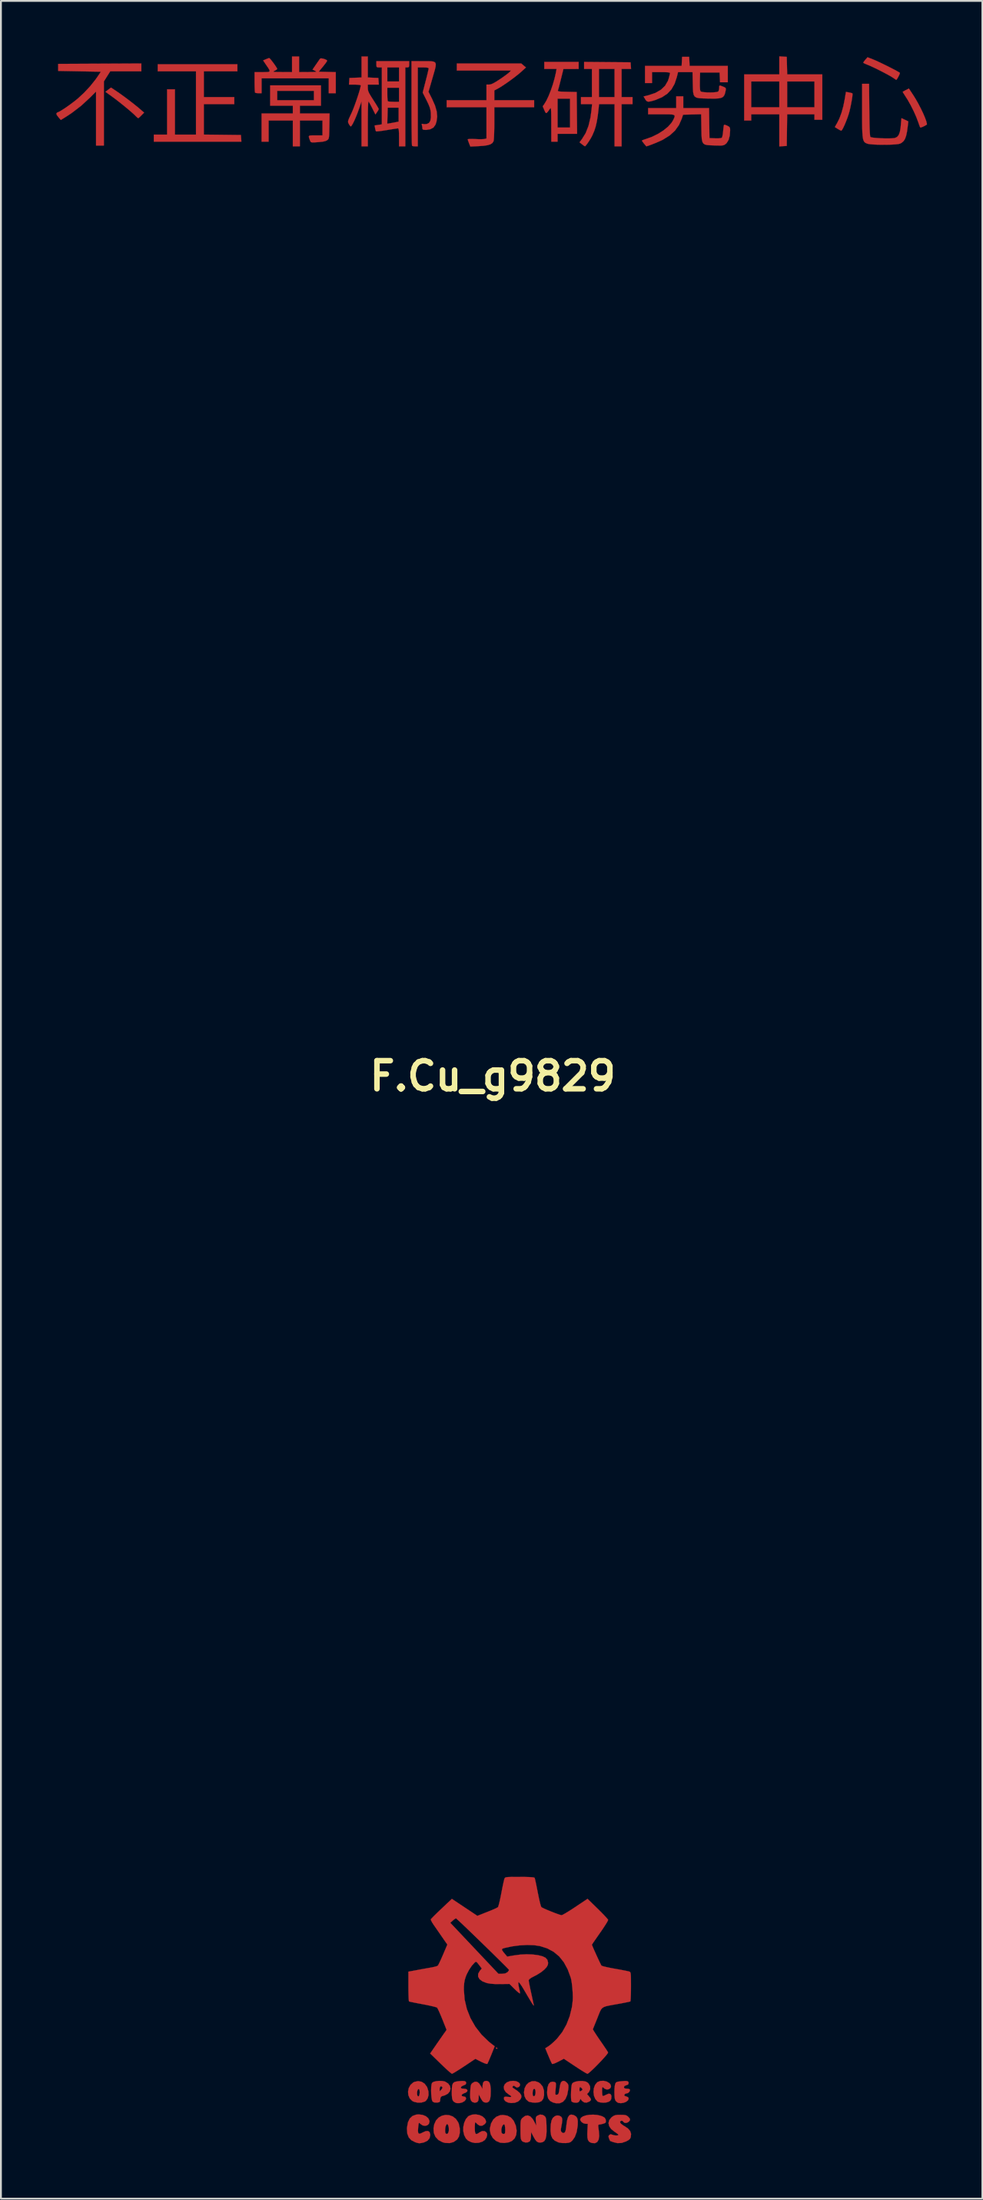
<source format=kicad_pcb>
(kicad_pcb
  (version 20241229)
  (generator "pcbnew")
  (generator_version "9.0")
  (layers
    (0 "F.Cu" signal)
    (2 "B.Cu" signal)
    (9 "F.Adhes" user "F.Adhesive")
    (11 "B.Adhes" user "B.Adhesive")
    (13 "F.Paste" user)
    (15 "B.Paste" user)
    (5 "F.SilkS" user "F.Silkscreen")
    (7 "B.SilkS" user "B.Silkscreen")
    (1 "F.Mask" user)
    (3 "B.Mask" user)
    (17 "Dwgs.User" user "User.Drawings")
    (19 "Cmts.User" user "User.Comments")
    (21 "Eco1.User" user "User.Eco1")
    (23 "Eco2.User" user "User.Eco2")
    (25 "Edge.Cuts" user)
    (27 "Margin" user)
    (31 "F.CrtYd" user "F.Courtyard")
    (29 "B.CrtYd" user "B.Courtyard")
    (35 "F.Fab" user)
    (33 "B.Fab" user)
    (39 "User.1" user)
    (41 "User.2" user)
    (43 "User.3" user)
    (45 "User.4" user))
  (footprint "F.Cu_g9829"
    (layer "F.Cu")
    (at 23.662 55.255)
    (property "Reference" "F.Cu_g9829" (at 0 0 0) (layer "F.SilkS") (effects (font (size 1.524 1.524) (thickness 0.3))))
    (attr through_hole)
    (fp_poly (pts (xy 0.212 52.642) (xy 0.252 52.68) (xy 0.254 52.686) (xy 0.221 52.705) (xy 0.212 52.705) (xy 0.171 52.672) (xy 0.169 52.66) (xy 0.195 52.635) (xy 0.212 52.642)) (stroke (width 0.01) (type solid)) (fill yes) (layer "F.Cu"))
    (fp_poly (pts (xy -13.843 -54.441) (xy -15.663 -54.441) (xy -15.663 -53.044) (xy -14.012 -53.044) (xy -14.012 -52.663) (xy -15.663 -52.663) (xy -15.663 -51.013) (xy -14.658 -51.002) (xy -13.652 -50.99) (xy -13.639 -50.811) (xy -13.626 -50.631) (xy -18.373 -50.631) (xy -18.373 -51.012) (xy -17.653 -51.012) (xy -17.653 -53.467) (xy -17.23 -53.467) (xy -17.23 -51.012) (xy -16.087 -51.012) (xy -16.087 -54.441) (xy -18.161 -54.441) (xy -18.161 -54.822) (xy -13.843 -54.822) (xy -13.843 -54.441)) (stroke (width 0.01) (type solid)) (fill yes) (layer "F.Cu"))
    (fp_poly (pts (xy -20.391 -53.359) (xy -20.185 -53.216) (xy -19.939 -53.038) (xy -19.678 -52.841) (xy -19.425 -52.644) (xy -19.204 -52.465) (xy -19.092 -52.369) (xy -18.902 -52.203) (xy -19.048 -52.052) (xy -19.137 -51.965) (xy -19.202 -51.91) (xy -19.22 -51.901) (xy -19.262 -51.929) (xy -19.338 -51.999) (xy -19.37 -52.032) (xy -19.475 -52.133) (xy -19.632 -52.272) (xy -19.826 -52.436) (xy -20.041 -52.612) (xy -20.263 -52.789) (xy -20.475 -52.953) (xy -20.663 -53.092) (xy -20.669 -53.096) (xy -20.997 -53.33) (xy -20.846 -53.445) (xy -20.695 -53.56) (xy -20.391 -53.359)) (stroke (width 0.01) (type solid)) (fill yes) (layer "F.Cu"))
    (fp_poly (pts (xy 15.938 -55.224) (xy 15.962 -54.271) (xy 17.865 -54.271) (xy 17.865 -51.816) (xy 17.441 -51.816) (xy 17.441 -52.112) (xy 15.961 -52.112) (xy 15.938 -50.398) (xy 15.737 -50.385) (xy 15.536 -50.372) (xy 15.536 -52.112) (xy 14.012 -52.112) (xy 14.012 -51.774) (xy 13.631 -51.774) (xy 13.631 -53.89) (xy 14.012 -53.89) (xy 14.012 -52.493) (xy 15.536 -52.493) (xy 15.536 -53.89) (xy 15.96 -53.89) (xy 15.96 -52.493) (xy 17.441 -52.493) (xy 17.441 -53.89) (xy 15.96 -53.89) (xy 15.536 -53.89) (xy 14.012 -53.89) (xy 13.631 -53.89) (xy 13.631 -54.271) (xy 15.536 -54.271) (xy 15.536 -55.25) (xy 15.938 -55.224)) (stroke (width 0.01) (type solid)) (fill yes) (layer "F.Cu"))
    (fp_poly (pts (xy 22.79 -53.16) (xy 22.932 -52.932) (xy 23.074 -52.681) (xy 23.208 -52.422) (xy 23.329 -52.17) (xy 23.428 -51.939) (xy 23.499 -51.746) (xy 23.534 -51.604) (xy 23.537 -51.568) (xy 23.503 -51.535) (xy 23.419 -51.487) (xy 23.316 -51.437) (xy 23.223 -51.402) (xy 23.18 -51.393) (xy 23.16 -51.43) (xy 23.122 -51.527) (xy 23.074 -51.665) (xy 23.069 -51.678) (xy 22.962 -51.963) (xy 22.82 -52.283) (xy 22.657 -52.607) (xy 22.49 -52.903) (xy 22.415 -53.02) (xy 22.328 -53.156) (xy 22.261 -53.261) (xy 22.227 -53.319) (xy 22.225 -53.324) (xy 22.259 -53.35) (xy 22.345 -53.399) (xy 22.392 -53.423) (xy 22.559 -53.509) (xy 22.79 -53.16)) (stroke (width 0.01) (type solid)) (fill yes) (layer "F.Cu"))
    (fp_poly (pts (xy 19.312 -53.296) (xy 19.422 -53.272) (xy 19.491 -53.25) (xy 19.498 -53.245) (xy 19.504 -53.191) (xy 19.493 -53.072) (xy 19.468 -52.902) (xy 19.431 -52.699) (xy 19.386 -52.479) (xy 19.341 -52.282) (xy 19.293 -52.115) (xy 19.229 -51.926) (xy 19.155 -51.731) (xy 19.078 -51.547) (xy 19.006 -51.391) (xy 18.944 -51.278) (xy 18.9 -51.226) (xy 18.894 -51.224) (xy 18.839 -51.245) (xy 18.744 -51.297) (xy 18.711 -51.317) (xy 18.616 -51.376) (xy 18.558 -51.412) (xy 18.551 -51.416) (xy 18.564 -51.453) (xy 18.612 -51.541) (xy 18.665 -51.631) (xy 18.791 -51.88) (xy 18.907 -52.193) (xy 19.006 -52.55) (xy 19.078 -52.91) (xy 19.147 -53.326) (xy 19.312 -53.296)) (stroke (width 0.01) (type solid)) (fill yes) (layer "F.Cu"))
    (fp_poly (pts (xy -19.05 -54.441) (xy -20.736 -54.441) (xy -21.082 -53.892) (xy -21.082 -50.419) (xy -21.505 -50.419) (xy -21.505 -53.347) (xy -21.823 -53.027) (xy -22.306 -52.581) (xy -22.82 -52.186) (xy -23.091 -52.006) (xy -23.415 -51.804) (xy -23.538 -51.948) (xy -23.63 -52.07) (xy -23.657 -52.15) (xy -23.621 -52.201) (xy -23.582 -52.218) (xy -23.48 -52.265) (xy -23.328 -52.356) (xy -23.142 -52.478) (xy -22.939 -52.621) (xy -22.733 -52.774) (xy -22.541 -52.926) (xy -22.487 -52.971) (xy -22.15 -53.283) (xy -21.822 -53.636) (xy -21.53 -54) (xy -21.414 -54.166) (xy -21.244 -54.419) (xy -22.401 -54.441) (xy -23.558 -54.462) (xy -23.558 -54.843) (xy -21.304 -54.854) (xy -19.05 -54.865) (xy -19.05 -54.441)) (stroke (width 0.01) (type solid)) (fill yes) (layer "F.Cu"))
    (fp_poly (pts (xy 20.647 -55.073) (xy 20.784 -55.015) (xy 20.962 -54.933) (xy 21.166 -54.835) (xy 21.38 -54.73) (xy 21.59 -54.624) (xy 21.78 -54.526) (xy 21.934 -54.442) (xy 22.037 -54.382) (xy 22.07 -54.358) (xy 22.065 -54.314) (xy 22.029 -54.228) (xy 21.977 -54.126) (xy 21.924 -54.035) (xy 21.882 -53.982) (xy 21.87 -53.978) (xy 21.835 -54.001) (xy 21.751 -54.058) (xy 21.675 -54.109) (xy 21.541 -54.19) (xy 21.351 -54.295) (xy 21.126 -54.413) (xy 20.888 -54.534) (xy 20.657 -54.646) (xy 20.456 -54.739) (xy 20.308 -54.8) (xy 20.189 -54.849) (xy 20.109 -54.888) (xy 20.09 -54.902) (xy 20.105 -54.947) (xy 20.164 -55.027) (xy 20.196 -55.065) (xy 20.319 -55.202) (xy 20.647 -55.073)) (stroke (width 0.01) (type solid)) (fill yes) (layer "F.Cu"))
    (fp_poly (pts (xy 2.482 54.524) (xy 2.578 54.592) (xy 2.711 54.758) (xy 2.779 54.974) (xy 2.783 55.216) (xy 2.741 55.406) (xy 2.652 55.533) (xy 2.507 55.603) (xy 2.298 55.624) (xy 2.294 55.624) (xy 2.137 55.612) (xy 1.997 55.583) (xy 1.937 55.56) (xy 1.803 55.44) (xy 1.719 55.264) (xy 1.699 55.108) (xy 2.16 55.108) (xy 2.168 55.212) (xy 2.188 55.26) (xy 2.246 55.28) (xy 2.293 55.226) (xy 2.32 55.108) (xy 2.321 55.099) (xy 2.317 54.975) (xy 2.289 54.893) (xy 2.245 54.868) (xy 2.2 54.907) (xy 2.172 54.993) (xy 2.16 55.108) (xy 1.699 55.108) (xy 1.693 55.067) (xy 1.727 54.845) (xy 1.817 54.666) (xy 1.951 54.538) (xy 2.115 54.466) (xy 2.297 54.459) (xy 2.482 54.524)) (stroke (width 0.01) (type solid)) (fill yes) (layer "F.Cu"))
    (fp_poly (pts (xy -3.856 54.491) (xy -3.69 54.598) (xy -3.564 54.772) (xy -3.553 54.793) (xy -3.488 55.005) (xy -3.48 55.208) (xy -3.526 55.386) (xy -3.622 55.521) (xy -3.685 55.564) (xy -3.867 55.618) (xy -4.074 55.622) (xy -4.27 55.577) (xy -4.365 55.529) (xy -4.5 55.392) (xy -4.574 55.218) (xy -4.583 55.124) (xy -4.106 55.124) (xy -4.09 55.228) (xy -4.088 55.231) (xy -4.048 55.286) (xy -4.005 55.27) (xy -3.972 55.195) (xy -3.958 55.076) (xy -3.958 55.072) (xy -3.967 54.948) (xy -3.996 54.892) (xy -4.022 54.885) (xy -4.066 54.922) (xy -4.096 55.012) (xy -4.106 55.124) (xy -4.583 55.124) (xy -4.591 55.025) (xy -4.553 54.834) (xy -4.46 54.663) (xy -4.317 54.534) (xy -4.249 54.499) (xy -4.047 54.456) (xy -3.856 54.491)) (stroke (width 0.01) (type solid)) (fill yes) (layer "F.Cu"))
    (fp_poly (pts (xy -2.354 56.303) (xy -2.163 56.374) (xy -1.997 56.504) (xy -1.872 56.691) (xy -1.84 56.773) (xy -1.786 57.019) (xy -1.784 57.255) (xy -1.832 57.461) (xy -1.926 57.616) (xy -2.112 57.751) (xy -2.334 57.815) (xy -2.579 57.805) (xy -2.724 57.766) (xy -2.946 57.647) (xy -3.104 57.478) (xy -3.193 57.265) (xy -3.2 57.17) (xy -2.582 57.17) (xy -2.567 57.267) (xy -2.553 57.293) (xy -2.484 57.322) (xy -2.424 57.279) (xy -2.386 57.173) (xy -2.379 57.12) (xy -2.382 56.983) (xy -2.407 56.867) (xy -2.416 56.848) (xy -2.457 56.783) (xy -2.491 56.79) (xy -2.524 56.833) (xy -2.558 56.919) (xy -2.578 57.043) (xy -2.582 57.17) (xy -3.2 57.17) (xy -3.211 57.016) (xy -3.172 56.8) (xy -3.076 56.587) (xy -2.932 56.431) (xy -2.753 56.331) (xy -2.555 56.288) (xy -2.354 56.303)) (stroke (width 0.01) (type solid)) (fill yes) (layer "F.Cu"))
    (fp_poly (pts (xy 5.657 56.289) (xy 5.855 56.334) (xy 5.969 56.379) (xy 6.075 56.448) (xy 6.122 56.536) (xy 6.13 56.586) (xy 6.131 56.676) (xy 6.095 56.725) (xy 6.001 56.761) (xy 5.982 56.766) (xy 5.865 56.795) (xy 5.779 56.81) (xy 5.768 56.811) (xy 5.737 56.817) (xy 5.721 56.845) (xy 5.72 56.911) (xy 5.734 57.031) (xy 5.755 57.181) (xy 5.771 57.435) (xy 5.739 57.629) (xy 5.662 57.758) (xy 5.542 57.82) (xy 5.382 57.81) (xy 5.305 57.785) (xy 5.219 57.732) (xy 5.163 57.647) (xy 5.133 57.516) (xy 5.126 57.325) (xy 5.132 57.164) (xy 5.153 56.769) (xy 5.032 56.769) (xy 4.915 56.74) (xy 4.811 56.668) (xy 4.748 56.577) (xy 4.741 56.539) (xy 4.78 56.446) (xy 4.886 56.371) (xy 5.043 56.316) (xy 5.234 56.282) (xy 5.444 56.273) (xy 5.657 56.289)) (stroke (width 0.01) (type solid)) (fill yes) (layer "F.Cu"))
    (fp_poly (pts (xy -0.253 54.463) (xy -0.179 54.534) (xy -0.133 54.665) (xy -0.111 54.865) (xy -0.108 55.005) (xy -0.116 55.261) (xy -0.147 55.442) (xy -0.203 55.556) (xy -0.29 55.611) (xy -0.394 55.618) (xy -0.481 55.597) (xy -0.549 55.543) (xy -0.621 55.435) (xy -0.645 55.393) (xy -0.76 55.181) (xy -0.761 55.353) (xy -0.78 55.507) (xy -0.842 55.594) (xy -0.956 55.625) (xy -0.981 55.626) (xy -1.105 55.588) (xy -1.168 55.52) (xy -1.203 55.448) (xy -1.221 55.351) (xy -1.226 55.209) (xy -1.22 55.027) (xy -1.208 54.839) (xy -1.193 54.715) (xy -1.168 54.637) (xy -1.129 54.584) (xy -1.104 54.562) (xy -0.972 54.489) (xy -0.851 54.495) (xy -0.737 54.582) (xy -0.624 54.753) (xy -0.621 54.758) (xy -0.554 54.885) (xy -0.552 54.714) (xy -0.53 54.556) (xy -0.466 54.467) (xy -0.358 54.441) (xy -0.253 54.463)) (stroke (width 0.01) (type solid)) (fill yes) (layer "F.Cu"))
    (fp_poly (pts (xy 6.182 54.482) (xy 6.326 54.569) (xy 6.393 54.655) (xy 6.413 54.758) (xy 6.37 54.842) (xy 6.284 54.897) (xy 6.178 54.91) (xy 6.071 54.87) (xy 6.039 54.843) (xy 5.977 54.791) (xy 5.951 54.779) (xy 5.935 54.817) (xy 5.928 54.909) (xy 5.928 55.029) (xy 5.935 55.147) (xy 5.948 55.234) (xy 5.961 55.261) (xy 6.017 55.255) (xy 6.11 55.213) (xy 6.134 55.199) (xy 6.273 55.139) (xy 6.372 55.149) (xy 6.426 55.227) (xy 6.434 55.301) (xy 6.419 55.436) (xy 6.364 55.522) (xy 6.279 55.577) (xy 6.152 55.614) (xy 5.989 55.625) (xy 5.826 55.61) (xy 5.7 55.571) (xy 5.682 55.56) (xy 5.562 55.428) (xy 5.488 55.249) (xy 5.461 55.046) (xy 5.481 54.842) (xy 5.548 54.659) (xy 5.662 54.522) (xy 5.678 54.51) (xy 5.831 54.447) (xy 6.008 54.439) (xy 6.182 54.482)) (stroke (width 0.01) (type solid)) (fill yes) (layer "F.Cu"))
    (fp_poly (pts (xy -2.735 54.449) (xy -2.594 54.479) (xy -2.581 54.484) (xy -2.415 54.587) (xy -2.319 54.721) (xy -2.29 54.869) (xy -2.328 55.013) (xy -2.431 55.138) (xy -2.598 55.227) (xy -2.642 55.24) (xy -2.759 55.274) (xy -2.816 55.317) (xy -2.839 55.393) (xy -2.844 55.446) (xy -2.858 55.548) (xy -2.895 55.595) (xy -2.981 55.614) (xy -3.03 55.618) (xy -3.173 55.611) (xy -3.258 55.564) (xy -3.263 55.558) (xy -3.297 55.475) (xy -3.321 55.331) (xy -3.336 55.151) (xy -3.341 54.959) (xy -3.338 54.873) (xy -2.879 54.873) (xy -2.879 55.01) (xy -2.789 54.92) (xy -2.734 54.843) (xy -2.728 54.784) (xy -2.788 54.733) (xy -2.844 54.754) (xy -2.876 54.836) (xy -2.879 54.873) (xy -3.338 54.873) (xy -3.335 54.779) (xy -3.318 54.634) (xy -3.289 54.55) (xy -3.207 54.496) (xy -3.069 54.46) (xy -2.902 54.443) (xy -2.735 54.449)) (stroke (width 0.01) (type solid)) (fill yes) (layer "F.Cu"))
    (fp_poly (pts (xy -1.528 54.455) (xy -1.462 54.489) (xy -1.44 54.554) (xy -1.439 54.565) (xy -1.47 54.637) (xy -1.572 54.684) (xy -1.577 54.686) (xy -1.675 54.73) (xy -1.727 54.788) (xy -1.728 54.793) (xy -1.72 54.84) (xy -1.661 54.86) (xy -1.574 54.864) (xy -1.44 54.886) (xy -1.375 54.942) (xy -1.382 55.012) (xy -1.462 55.08) (xy -1.549 55.112) (xy -1.644 55.158) (xy -1.687 55.216) (xy -1.672 55.266) (xy -1.593 55.287) (xy -1.485 55.311) (xy -1.447 55.383) (xy -1.457 55.447) (xy -1.526 55.537) (xy -1.649 55.608) (xy -1.799 55.648) (xy -1.947 55.648) (xy -2.012 55.629) (xy -2.106 55.577) (xy -2.168 55.503) (xy -2.203 55.39) (xy -2.218 55.222) (xy -2.22 55.058) (xy -2.214 54.831) (xy -2.195 54.673) (xy -2.153 54.571) (xy -2.08 54.51) (xy -1.965 54.477) (xy -1.843 54.46) (xy -1.65 54.446) (xy -1.528 54.455)) (stroke (width 0.01) (type solid)) (fill yes) (layer "F.Cu"))
    (fp_poly (pts (xy 1.267 54.461) (xy 1.389 54.516) (xy 1.465 54.59) (xy 1.484 54.673) (xy 1.438 54.752) (xy 1.393 54.781) (xy 1.31 54.805) (xy 1.233 54.762) (xy 1.223 54.754) (xy 1.153 54.706) (xy 1.101 54.722) (xy 1.089 54.734) (xy 1.063 54.786) (xy 1.111 54.833) (xy 1.116 54.837) (xy 1.333 54.982) (xy 1.474 55.108) (xy 1.546 55.223) (xy 1.552 55.333) (xy 1.505 55.438) (xy 1.379 55.558) (xy 1.202 55.629) (xy 0.995 55.645) (xy 0.835 55.619) (xy 0.699 55.556) (xy 0.618 55.464) (xy 0.605 55.361) (xy 0.61 55.345) (xy 0.646 55.307) (xy 0.726 55.299) (xy 0.825 55.311) (xy 0.956 55.321) (xy 1.009 55.301) (xy 0.981 55.254) (xy 0.878 55.185) (xy 0.709 55.055) (xy 0.617 54.911) (xy 0.597 54.767) (xy 0.645 54.635) (xy 0.757 54.528) (xy 0.93 54.459) (xy 1.11 54.441) (xy 1.267 54.461)) (stroke (width 0.01) (type solid)) (fill yes) (layer "F.Cu"))
    (fp_poly (pts (xy 3.929 54.47) (xy 4.015 54.54) (xy 4.02 54.545) (xy 4.075 54.613) (xy 4.1 54.685) (xy 4.102 54.79) (xy 4.092 54.909) (xy 4.036 55.205) (xy 3.94 55.428) (xy 3.805 55.578) (xy 3.632 55.654) (xy 3.421 55.654) (xy 3.264 55.613) (xy 3.106 55.527) (xy 3.005 55.396) (xy 2.955 55.207) (xy 2.947 55.062) (xy 2.967 54.807) (xy 3.024 54.626) (xy 3.117 54.518) (xy 3.247 54.486) (xy 3.346 54.505) (xy 3.392 54.524) (xy 3.417 54.559) (xy 3.426 54.628) (xy 3.42 54.751) (xy 3.41 54.872) (xy 3.396 55.039) (xy 3.393 55.138) (xy 3.405 55.186) (xy 3.435 55.199) (xy 3.477 55.195) (xy 3.527 55.18) (xy 3.562 55.139) (xy 3.587 55.055) (xy 3.611 54.91) (xy 3.62 54.851) (xy 3.654 54.656) (xy 3.696 54.532) (xy 3.755 54.465) (xy 3.838 54.442) (xy 3.856 54.441) (xy 3.929 54.47)) (stroke (width 0.01) (type solid)) (fill yes) (layer "F.Cu"))
    (fp_poly (pts (xy 0.791 56.327) (xy 0.985 56.431) (xy 1.135 56.605) (xy 1.244 56.852) (xy 1.254 56.885) (xy 1.296 57.141) (xy 1.273 57.37) (xy 1.185 57.56) (xy 1.038 57.7) (xy 1.035 57.701) (xy 0.854 57.775) (xy 0.636 57.808) (xy 0.421 57.795) (xy 0.386 57.787) (xy 0.172 57.693) (xy 0.003 57.537) (xy -0.111 57.337) (xy -0.156 57.11) (xy 0.466 57.11) (xy 0.475 57.237) (xy 0.511 57.3) (xy 0.586 57.319) (xy 0.6 57.319) (xy 0.646 57.306) (xy 0.669 57.255) (xy 0.676 57.144) (xy 0.677 57.097) (xy 0.67 56.959) (xy 0.653 56.852) (xy 0.64 56.818) (xy 0.596 56.797) (xy 0.545 56.841) (xy 0.5 56.929) (xy 0.471 57.042) (xy 0.466 57.11) (xy -0.156 57.11) (xy -0.156 57.109) (xy -0.153 57.01) (xy -0.091 56.75) (xy 0.026 56.54) (xy 0.191 56.389) (xy 0.396 56.305) (xy 0.55 56.29) (xy 0.791 56.327)) (stroke (width 0.01) (type solid)) (fill yes) (layer "F.Cu"))
    (fp_poly (pts (xy -3.8 56.287) (xy -3.625 56.359) (xy -3.497 56.467) (xy -3.434 56.6) (xy -3.429 56.648) (xy -3.463 56.772) (xy -3.551 56.851) (xy -3.671 56.88) (xy -3.803 56.855) (xy -3.926 56.771) (xy -3.931 56.766) (xy -3.974 56.724) (xy -4 56.721) (xy -4.018 56.77) (xy -4.033 56.884) (xy -4.042 56.962) (xy -4.054 57.15) (xy -4.04 57.263) (xy -3.993 57.309) (xy -3.907 57.294) (xy -3.81 57.245) (xy -3.636 57.167) (xy -3.506 57.159) (xy -3.423 57.221) (xy -3.388 57.351) (xy -3.387 57.386) (xy -3.426 57.552) (xy -3.537 57.684) (xy -3.712 57.771) (xy -3.743 57.78) (xy -3.888 57.813) (xy -3.99 57.822) (xy -4.088 57.804) (xy -4.206 57.766) (xy -4.412 57.659) (xy -4.553 57.506) (xy -4.632 57.302) (xy -4.651 57.041) (xy -4.646 56.962) (xy -4.597 56.688) (xy -4.498 56.482) (xy -4.349 56.344) (xy -4.149 56.272) (xy -4.008 56.261) (xy -3.8 56.287)) (stroke (width 0.01) (type solid)) (fill yes) (layer "F.Cu"))
    (fp_poly (pts (xy 7.28 54.454) (xy 7.342 54.484) (xy 7.365 54.542) (xy 7.366 54.571) (xy 7.335 54.642) (xy 7.239 54.68) (xy 7.139 54.722) (xy 7.112 54.785) (xy 7.131 54.84) (xy 7.203 54.862) (xy 7.258 54.864) (xy 7.363 54.875) (xy 7.426 54.902) (xy 7.429 54.905) (xy 7.434 54.981) (xy 7.384 55.06) (xy 7.303 55.112) (xy 7.263 55.118) (xy 7.186 55.14) (xy 7.137 55.189) (xy 7.133 55.24) (xy 7.166 55.264) (xy 7.287 55.305) (xy 7.347 55.343) (xy 7.365 55.395) (xy 7.366 55.412) (xy 7.328 55.501) (xy 7.229 55.577) (xy 7.093 55.63) (xy 6.945 55.652) (xy 6.807 55.635) (xy 6.787 55.627) (xy 6.694 55.56) (xy 6.642 55.491) (xy 6.615 55.395) (xy 6.6 55.242) (xy 6.595 55.058) (xy 6.6 54.872) (xy 6.616 54.71) (xy 6.641 54.604) (xy 6.671 54.544) (xy 6.72 54.507) (xy 6.809 54.483) (xy 6.959 54.465) (xy 6.98 54.462) (xy 7.164 54.448) (xy 7.28 54.454)) (stroke (width 0.01) (type solid)) (fill yes) (layer "F.Cu"))
    (fp_poly (pts (xy 7.472 -54.928) (xy 7.498 -54.568) (xy 6.985 -54.568) (xy 6.985 -53.044) (xy 7.578 -53.044) (xy 7.578 -52.663) (xy 6.985 -52.663) (xy 6.985 -50.377) (xy 6.604 -50.377) (xy 6.604 -52.663) (xy 5.763 -52.663) (xy 5.738 -52.419) (xy 5.693 -52.036) (xy 5.642 -51.72) (xy 5.581 -51.454) (xy 5.506 -51.219) (xy 5.412 -50.999) (xy 5.376 -50.925) (xy 5.303 -50.793) (xy 5.216 -50.654) (xy 5.129 -50.526) (xy 5.055 -50.429) (xy 5.006 -50.381) (xy 4.999 -50.379) (xy 4.953 -50.404) (xy 4.869 -50.465) (xy 4.839 -50.488) (xy 4.705 -50.595) (xy 4.839 -50.772) (xy 5.038 -51.094) (xy 5.191 -51.485) (xy 5.3 -51.945) (xy 5.355 -52.356) (xy 5.385 -52.663) (xy 4.784 -52.663) (xy 4.784 -53.044) (xy 5.376 -53.044) (xy 5.376 -54.568) (xy 5.757 -54.568) (xy 5.757 -53.044) (xy 6.604 -53.044) (xy 6.604 -54.568) (xy 5.757 -54.568) (xy 5.376 -54.568) (xy 4.953 -54.568) (xy 4.953 -54.95) (xy 7.472 -54.928)) (stroke (width 0.01) (type solid)) (fill yes) (layer "F.Cu"))
    (fp_poly (pts (xy -0.726 56.293) (xy -0.554 56.371) (xy -0.429 56.487) (xy -0.392 56.552) (xy -0.361 56.648) (xy -0.376 56.715) (xy -0.446 56.795) (xy -0.446 56.796) (xy -0.573 56.873) (xy -0.708 56.87) (xy -0.835 56.788) (xy -0.853 56.767) (xy -0.915 56.705) (xy -0.949 56.684) (xy -0.961 56.723) (xy -0.969 56.826) (xy -0.974 56.972) (xy -0.974 57.002) (xy -0.966 57.186) (xy -0.94 57.292) (xy -0.888 57.326) (xy -0.804 57.295) (xy -0.72 57.235) (xy -0.579 57.163) (xy -0.448 57.164) (xy -0.363 57.217) (xy -0.31 57.29) (xy -0.302 57.376) (xy -0.336 57.505) (xy -0.34 57.516) (xy -0.426 57.645) (xy -0.572 57.74) (xy -0.756 57.797) (xy -0.958 57.809) (xy -1.155 57.768) (xy -1.156 57.768) (xy -1.335 57.681) (xy -1.456 57.562) (xy -1.547 57.385) (xy -1.549 57.377) (xy -1.597 57.165) (xy -1.595 56.935) (xy -1.546 56.711) (xy -1.459 56.516) (xy -1.337 56.371) (xy -1.295 56.341) (xy -1.118 56.273) (xy -0.921 56.259) (xy -0.726 56.293)) (stroke (width 0.01) (type solid)) (fill yes) (layer "F.Cu"))
    (fp_poly (pts (xy 4.375 56.292) (xy 4.44 56.322) (xy 4.532 56.388) (xy 4.587 56.481) (xy 4.611 56.618) (xy 4.608 56.816) (xy 4.602 56.892) (xy 4.549 57.216) (xy 4.449 57.483) (xy 4.314 57.676) (xy 4.228 57.751) (xy 4.133 57.792) (xy 3.995 57.811) (xy 3.95 57.814) (xy 3.767 57.811) (xy 3.599 57.785) (xy 3.545 57.769) (xy 3.359 57.678) (xy 3.235 57.557) (xy 3.163 57.392) (xy 3.134 57.168) (xy 3.133 57.086) (xy 3.146 56.803) (xy 3.186 56.593) (xy 3.257 56.449) (xy 3.361 56.361) (xy 3.368 56.357) (xy 3.48 56.316) (xy 3.575 56.322) (xy 3.638 56.344) (xy 3.714 56.39) (xy 3.757 56.46) (xy 3.769 56.568) (xy 3.752 56.731) (xy 3.719 56.913) (xy 3.694 57.055) (xy 3.693 57.141) (xy 3.716 57.198) (xy 3.741 57.226) (xy 3.814 57.272) (xy 3.885 57.251) (xy 3.928 57.198) (xy 3.959 57.095) (xy 3.984 56.925) (xy 3.989 56.871) (xy 4.024 56.607) (xy 4.077 56.421) (xy 4.15 56.31) (xy 4.249 56.268) (xy 4.375 56.292)) (stroke (width 0.01) (type solid)) (fill yes) (layer "F.Cu"))
    (fp_poly (pts (xy -9.313 -52.578) (xy -10.456 -52.578) (xy -10.456 -52.155) (xy -8.846 -52.155) (xy -8.857 -51.471) (xy -8.862 -51.216) (xy -8.868 -51.033) (xy -8.876 -50.906) (xy -8.89 -50.824) (xy -8.91 -50.772) (xy -8.94 -50.737) (xy -8.975 -50.709) (xy -9.067 -50.663) (xy -9.212 -50.63) (xy -9.423 -50.607) (xy -9.471 -50.603) (xy -9.654 -50.591) (xy -9.77 -50.589) (xy -9.838 -50.598) (xy -9.873 -50.624) (xy -9.895 -50.667) (xy -9.899 -50.677) (xy -9.951 -50.815) (xy -9.972 -50.901) (xy -9.952 -50.947) (xy -9.879 -50.966) (xy -9.74 -50.97) (xy -9.613 -50.969) (xy -9.229 -50.969) (xy -9.229 -51.774) (xy -10.456 -51.774) (xy -10.456 -50.377) (xy -10.837 -50.377) (xy -10.837 -51.774) (xy -12.15 -51.774) (xy -12.15 -50.631) (xy -12.531 -50.631) (xy -12.531 -52.155) (xy -10.837 -52.155) (xy -10.837 -52.578) (xy -12.065 -52.578) (xy -12.065 -53.382) (xy -11.684 -53.382) (xy -11.684 -52.874) (xy -9.694 -52.874) (xy -9.694 -53.382) (xy -11.684 -53.382) (xy -12.065 -53.382) (xy -12.065 -53.679) (xy -9.313 -53.679) (xy -9.313 -52.578)) (stroke (width 0.01) (type solid)) (fill yes) (layer "F.Cu"))
    (fp_poly (pts (xy 4.887 54.452) (xy 5.042 54.481) (xy 5.148 54.54) (xy 5.194 54.586) (xy 5.275 54.734) (xy 5.284 54.892) (xy 5.222 55.036) (xy 5.202 55.06) (xy 5.111 55.156) (xy 5.223 55.289) (xy 5.304 55.394) (xy 5.327 55.463) (xy 5.293 55.519) (xy 5.24 55.56) (xy 5.094 55.621) (xy 4.952 55.608) (xy 4.837 55.524) (xy 4.835 55.522) (xy 4.753 55.418) (xy 4.706 55.522) (xy 4.656 55.593) (xy 4.574 55.622) (xy 4.493 55.626) (xy 4.364 55.609) (xy 4.278 55.565) (xy 4.275 55.561) (xy 4.255 55.494) (xy 4.244 55.365) (xy 4.241 55.198) (xy 4.246 55.014) (xy 4.253 54.908) (xy 4.699 54.908) (xy 4.705 54.994) (xy 4.735 55.012) (xy 4.784 54.991) (xy 4.85 54.943) (xy 4.868 54.913) (xy 4.838 54.854) (xy 4.775 54.796) (xy 4.733 54.779) (xy 4.709 54.816) (xy 4.699 54.905) (xy 4.699 54.908) (xy 4.253 54.908) (xy 4.257 54.837) (xy 4.275 54.69) (xy 4.297 54.6) (xy 4.364 54.535) (xy 4.491 54.485) (xy 4.658 54.454) (xy 4.841 54.449) (xy 4.887 54.452)) (stroke (width 0.01) (type solid)) (fill yes) (layer "F.Cu"))
    (fp_poly (pts (xy 2.714 56.288) (xy 2.799 56.341) (xy 2.843 56.384) (xy 2.873 56.439) (xy 2.892 56.524) (xy 2.904 56.657) (xy 2.913 56.855) (xy 2.914 56.87) (xy 2.918 57.182) (xy 2.902 57.419) (xy 2.863 57.59) (xy 2.798 57.702) (xy 2.704 57.765) (xy 2.577 57.785) (xy 2.568 57.785) (xy 2.467 57.773) (xy 2.384 57.726) (xy 2.304 57.632) (xy 2.213 57.475) (xy 2.187 57.425) (xy 2.078 57.214) (xy 2.076 57.433) (xy 2.059 57.605) (xy 2.014 57.712) (xy 2.008 57.718) (xy 1.898 57.775) (xy 1.761 57.78) (xy 1.632 57.736) (xy 1.583 57.696) (xy 1.549 57.648) (xy 1.526 57.583) (xy 1.512 57.484) (xy 1.505 57.337) (xy 1.503 57.123) (xy 1.503 57.085) (xy 1.504 56.865) (xy 1.509 56.712) (xy 1.52 56.611) (xy 1.541 56.542) (xy 1.574 56.491) (xy 1.602 56.458) (xy 1.749 56.344) (xy 1.893 56.314) (xy 2.032 56.367) (xy 2.162 56.502) (xy 2.239 56.63) (xy 2.364 56.875) (xy 2.341 56.638) (xy 2.331 56.498) (xy 2.341 56.415) (xy 2.377 56.362) (xy 2.417 56.331) (xy 2.567 56.267) (xy 2.714 56.288)) (stroke (width 0.01) (type solid)) (fill yes) (layer "F.Cu"))
    (fp_poly (pts (xy 4.657 -54.568) (xy 4.244 -54.567) (xy 3.831 -54.566) (xy 3.698 -54.027) (xy 3.646 -53.819) (xy 3.599 -53.637) (xy 3.561 -53.498) (xy 3.537 -53.42) (xy 3.535 -53.415) (xy 3.53 -53.385) (xy 3.551 -53.364) (xy 3.613 -53.349) (xy 3.726 -53.34) (xy 3.905 -53.334) (xy 4.028 -53.331) (xy 4.551 -53.319) (xy 4.562 -52.186) (xy 4.573 -51.054) (xy 3.514 -51.054) (xy 3.514 -50.631) (xy 3.175 -50.631) (xy 3.173 -51.573) (xy 3.172 -51.877) (xy 3.17 -52.106) (xy 3.166 -52.269) (xy 3.16 -52.374) (xy 3.15 -52.431) (xy 3.137 -52.449) (xy 3.118 -52.436) (xy 3.099 -52.411) (xy 2.998 -52.269) (xy 2.933 -52.193) (xy 2.888 -52.179) (xy 2.849 -52.224) (xy 2.803 -52.326) (xy 2.797 -52.338) (xy 2.709 -52.543) (xy 2.796 -52.666) (xy 2.91 -52.856) (xy 2.959 -52.959) (xy 3.514 -52.959) (xy 3.514 -51.393) (xy 4.191 -51.393) (xy 4.191 -52.959) (xy 3.514 -52.959) (xy 2.959 -52.959) (xy 3.03 -53.109) (xy 3.148 -53.406) (xy 3.257 -53.724) (xy 3.35 -54.045) (xy 3.42 -54.348) (xy 3.423 -54.367) (xy 3.46 -54.568) (xy 2.794 -54.568) (xy 2.794 -54.949) (xy 4.657 -54.949) (xy 4.657 -54.568)) (stroke (width 0.01) (type solid)) (fill yes) (layer "F.Cu"))
    (fp_poly (pts (xy 7.094 56.286) (xy 7.203 56.301) (xy 7.28 56.335) (xy 7.341 56.385) (xy 7.428 56.484) (xy 7.442 56.564) (xy 7.387 56.644) (xy 7.373 56.657) (xy 7.274 56.713) (xy 7.171 56.722) (xy 7.097 56.685) (xy 7.085 56.663) (xy 7.032 56.608) (xy 6.961 56.603) (xy 6.908 56.645) (xy 6.9 56.68) (xy 6.941 56.757) (xy 7.064 56.851) (xy 7.132 56.892) (xy 7.331 57.025) (xy 7.451 57.163) (xy 7.499 57.316) (xy 7.481 57.494) (xy 7.479 57.502) (xy 7.435 57.589) (xy 7.341 57.664) (xy 7.227 57.724) (xy 6.987 57.806) (xy 6.762 57.817) (xy 6.54 57.763) (xy 6.436 57.725) (xy 6.373 57.703) (xy 6.366 57.701) (xy 6.348 57.666) (xy 6.311 57.582) (xy 6.307 57.571) (xy 6.275 57.472) (xy 6.289 57.41) (xy 6.318 57.376) (xy 6.39 57.334) (xy 6.469 57.358) (xy 6.561 57.388) (xy 6.669 57.402) (xy 6.764 57.398) (xy 6.814 57.376) (xy 6.816 57.368) (xy 6.783 57.328) (xy 6.697 57.262) (xy 6.607 57.202) (xy 6.421 57.054) (xy 6.31 56.893) (xy 6.275 56.728) (xy 6.317 56.567) (xy 6.439 56.42) (xy 6.465 56.399) (xy 6.558 56.336) (xy 6.649 56.301) (xy 6.769 56.285) (xy 6.925 56.282) (xy 7.094 56.286)) (stroke (width 0.01) (type solid)) (fill yes) (layer "F.Cu"))
    (fp_poly (pts (xy 20.414 -52.347) (xy 20.418 -51.921) (xy 20.424 -51.575) (xy 20.432 -51.304) (xy 20.442 -51.104) (xy 20.454 -50.969) (xy 20.468 -50.896) (xy 20.476 -50.881) (xy 20.537 -50.86) (xy 20.665 -50.841) (xy 20.84 -50.825) (xy 21.043 -50.813) (xy 21.256 -50.806) (xy 21.461 -50.805) (xy 21.637 -50.81) (xy 21.767 -50.822) (xy 21.802 -50.829) (xy 21.92 -50.885) (xy 22.008 -50.99) (xy 22.07 -51.155) (xy 22.111 -51.388) (xy 22.124 -51.532) (xy 22.138 -51.696) (xy 22.15 -51.823) (xy 22.158 -51.893) (xy 22.16 -51.901) (xy 22.198 -51.884) (xy 22.288 -51.842) (xy 22.347 -51.814) (xy 22.527 -51.727) (xy 22.5 -51.486) (xy 22.459 -51.179) (xy 22.409 -50.945) (xy 22.346 -50.772) (xy 22.262 -50.648) (xy 22.154 -50.561) (xy 22.071 -50.52) (xy 21.972 -50.498) (xy 21.808 -50.481) (xy 21.595 -50.469) (xy 21.352 -50.463) (xy 21.098 -50.462) (xy 20.85 -50.467) (xy 20.627 -50.477) (xy 20.447 -50.493) (xy 20.329 -50.514) (xy 20.32 -50.517) (xy 20.246 -50.545) (xy 20.185 -50.579) (xy 20.137 -50.627) (xy 20.099 -50.698) (xy 20.071 -50.8) (xy 20.051 -50.94) (xy 20.038 -51.127) (xy 20.029 -51.37) (xy 20.025 -51.676) (xy 20.024 -52.054) (xy 20.024 -52.313) (xy 20.024 -53.763) (xy 20.401 -53.763) (xy 20.414 -52.347)) (stroke (width 0.01) (type solid)) (fill yes) (layer "F.Cu"))
    (fp_poly (pts (xy -0.201 -54.864) (xy 1.545 -54.864) (xy 1.672 -54.757) (xy 1.799 -54.651) (xy 1.566 -54.436) (xy 1.408 -54.299) (xy 1.204 -54.138) (xy 0.974 -53.966) (xy 0.739 -53.799) (xy 0.52 -53.652) (xy 0.338 -53.539) (xy 0.284 -53.509) (xy 0.085 -53.404) (xy 0.085 -52.874) (xy 2.244 -52.874) (xy 2.244 -52.493) (xy 0.085 -52.493) (xy 0.085 -51.628) (xy 0.083 -51.359) (xy 0.077 -51.114) (xy 0.069 -50.906) (xy 0.059 -50.752) (xy 0.046 -50.664) (xy 0.044 -50.657) (xy -0.015 -50.561) (xy -0.116 -50.49) (xy -0.271 -50.44) (xy -0.489 -50.406) (xy -0.739 -50.388) (xy -1.214 -50.365) (xy -1.284 -50.541) (xy -1.327 -50.656) (xy -1.352 -50.738) (xy -1.355 -50.755) (xy -1.315 -50.77) (xy -1.208 -50.776) (xy -1.051 -50.774) (xy -0.958 -50.77) (xy -0.77 -50.762) (xy -0.602 -50.762) (xy -0.482 -50.768) (xy -0.45 -50.774) (xy -0.339 -50.802) (xy -0.339 -52.493) (xy -2.498 -52.493) (xy -2.498 -52.874) (xy -0.339 -52.874) (xy -0.339 -53.721) (xy -0.193 -53.721) (xy -0.104 -53.735) (xy 0.009 -53.781) (xy 0.161 -53.866) (xy 0.365 -53.996) (xy 0.389 -54.013) (xy 0.566 -54.133) (xy 0.722 -54.246) (xy 0.841 -54.337) (xy 0.906 -54.394) (xy 0.987 -54.483) (xy -1.947 -54.483) (xy -1.947 -54.864) (xy -0.201 -54.864)) (stroke (width 0.01) (type solid)) (fill yes) (layer "F.Cu"))
    (fp_poly (pts (xy -3.799 -54.99) (xy -3.537 -54.99) (xy -3.341 -54.985) (xy -3.206 -54.966) (xy -3.123 -54.92) (xy -3.089 -54.84) (xy -3.095 -54.713) (xy -3.137 -54.531) (xy -3.208 -54.282) (xy -3.261 -54.1) (xy -3.483 -53.331) (xy -3.288 -52.944) (xy -3.13 -52.587) (xy -3.039 -52.27) (xy -3.012 -51.982) (xy -3.05 -51.713) (xy -3.107 -51.544) (xy -3.212 -51.398) (xy -3.379 -51.305) (xy -3.602 -51.266) (xy -3.639 -51.266) (xy -3.753 -51.274) (xy -3.803 -51.304) (xy -3.811 -51.34) (xy -3.822 -51.44) (xy -3.839 -51.516) (xy -3.849 -51.588) (xy -3.817 -51.598) (xy -3.79 -51.589) (xy -3.696 -51.577) (xy -3.576 -51.586) (xy -3.573 -51.587) (xy -3.457 -51.642) (xy -3.384 -51.758) (xy -3.351 -51.941) (xy -3.356 -52.186) (xy -3.376 -52.339) (xy -3.416 -52.489) (xy -3.485 -52.661) (xy -3.587 -52.872) (xy -3.797 -53.287) (xy -3.635 -53.917) (xy -3.578 -54.138) (xy -3.53 -54.333) (xy -3.495 -54.485) (xy -3.475 -54.579) (xy -3.472 -54.599) (xy -3.503 -54.63) (xy -3.602 -54.647) (xy -3.768 -54.652) (xy -4.064 -54.652) (xy -4.064 -50.377) (xy -4.205 -50.377) (xy -4.31 -50.384) (xy -4.373 -50.403) (xy -4.374 -50.405) (xy -4.38 -50.451) (xy -4.385 -50.575) (xy -4.389 -50.767) (xy -4.393 -51.02) (xy -4.397 -51.327) (xy -4.4 -51.679) (xy -4.402 -52.069) (xy -4.403 -52.488) (xy -4.403 -52.712) (xy -4.403 -54.991) (xy -3.799 -54.99)) (stroke (width 0.01) (type solid)) (fill yes) (layer "F.Cu"))
    (fp_poly (pts (xy -4.53 -54.822) (xy -4.535 -54.713) (xy -4.563 -54.664) (xy -4.626 -54.652) (xy -4.636 -54.652) (xy -4.741 -54.652) (xy -4.741 -50.377) (xy -5.08 -50.377) (xy -5.08 -50.864) (xy -5.083 -51.088) (xy -5.091 -51.238) (xy -5.107 -51.322) (xy -5.131 -51.351) (xy -5.133 -51.351) (xy -5.193 -51.345) (xy -5.318 -51.326) (xy -5.493 -51.299) (xy -5.699 -51.265) (xy -5.745 -51.257) (xy -5.952 -51.224) (xy -6.129 -51.2) (xy -6.258 -51.186) (xy -6.324 -51.186) (xy -6.328 -51.188) (xy -6.352 -51.243) (xy -6.375 -51.345) (xy -6.378 -51.361) (xy -6.402 -51.509) (xy -6.011 -51.567) (xy -6.011 -51.6) (xy -5.718 -51.6) (xy -5.558 -51.628) (xy -5.403 -51.656) (xy -5.253 -51.684) (xy -5.249 -51.685) (xy -5.101 -51.714) (xy -5.101 -52.472) (xy -5.694 -52.472) (xy -5.706 -52.036) (xy -5.718 -51.6) (xy -6.011 -51.6) (xy -6.011 -53.552) (xy -5.715 -53.552) (xy -5.715 -53.199) (xy -5.712 -53.034) (xy -5.703 -52.902) (xy -5.691 -52.827) (xy -5.687 -52.818) (xy -5.633 -52.804) (xy -5.519 -52.794) (xy -5.37 -52.79) (xy -5.369 -52.79) (xy -5.08 -52.79) (xy -5.08 -53.552) (xy -5.715 -53.552) (xy -6.011 -53.552) (xy -6.011 -54.652) (xy -5.715 -54.652) (xy -5.715 -53.89) (xy -5.08 -53.89) (xy -5.08 -54.652) (xy -5.715 -54.652) (xy -6.011 -54.652) (xy -6.16 -54.652) (xy -6.254 -54.657) (xy -6.297 -54.689) (xy -6.307 -54.772) (xy -6.308 -54.822) (xy -6.308 -54.991) (xy -4.53 -54.991) (xy -4.53 -54.822)) (stroke (width 0.01) (type solid)) (fill yes) (layer "F.Cu"))
    (fp_poly (pts (xy -10.499 -54.398) (xy -10.001 -54.401) (xy -9.792 -54.403) (xy -9.656 -54.406) (xy -9.585 -54.414) (xy -9.568 -54.427) (xy -9.594 -54.448) (xy -9.636 -54.47) (xy -9.769 -54.536) (xy -9.576 -54.816) (xy -9.482 -54.952) (xy -9.405 -55.062) (xy -9.359 -55.125) (xy -9.354 -55.132) (xy -9.298 -55.143) (xy -9.201 -55.128) (xy -9.093 -55.094) (xy -9.008 -55.053) (xy -8.977 -55.016) (xy -9.003 -54.964) (xy -9.072 -54.866) (xy -9.17 -54.74) (xy -9.207 -54.695) (xy -9.435 -54.419) (xy -8.972 -54.408) (xy -8.509 -54.396) (xy -8.509 -53.255) (xy -8.89 -53.255) (xy -8.89 -54.06) (xy -12.531 -54.06) (xy -12.531 -53.255) (xy -12.693 -53.255) (xy -12.805 -53.262) (xy -12.876 -53.279) (xy -12.883 -53.284) (xy -12.894 -53.334) (xy -12.903 -53.453) (xy -12.909 -53.622) (xy -12.912 -53.825) (xy -12.912 -53.855) (xy -12.912 -54.398) (xy -12.484 -54.398) (xy -12.278 -54.399) (xy -12.15 -54.408) (xy -12.094 -54.439) (xy -12.101 -54.504) (xy -12.166 -54.616) (xy -12.277 -54.779) (xy -12.448 -55.031) (xy -12.294 -55.096) (xy -12.191 -55.137) (xy -12.126 -55.159) (xy -12.119 -55.16) (xy -12.079 -55.128) (xy -12.007 -55.045) (xy -11.919 -54.931) (xy -11.827 -54.806) (xy -11.749 -54.69) (xy -11.697 -54.603) (xy -11.684 -54.569) (xy -11.718 -54.533) (xy -11.802 -54.482) (xy -11.822 -54.472) (xy -11.875 -54.444) (xy -11.894 -54.425) (xy -11.87 -54.413) (xy -11.791 -54.406) (xy -11.649 -54.403) (xy -11.433 -54.401) (xy -11.419 -54.401) (xy -10.88 -54.398) (xy -10.88 -55.245) (xy -10.499 -55.245) (xy -10.499 -54.398)) (stroke (width 0.01) (type solid)) (fill yes) (layer "F.Cu"))
    (fp_poly (pts (xy -6.773 -54.106) (xy -6.488 -54.093) (xy -6.202 -54.081) (xy -6.189 -53.901) (xy -6.176 -53.721) (xy -6.773 -53.721) (xy -6.773 -53.533) (xy -6.767 -53.443) (xy -6.744 -53.353) (xy -6.695 -53.245) (xy -6.613 -53.104) (xy -6.491 -52.911) (xy -6.477 -52.89) (xy -6.365 -52.715) (xy -6.273 -52.566) (xy -6.209 -52.455) (xy -6.181 -52.399) (xy -6.181 -52.396) (xy -6.203 -52.339) (xy -6.259 -52.249) (xy -6.271 -52.231) (xy -6.361 -52.105) (xy -6.528 -52.437) (xy -6.607 -52.591) (xy -6.676 -52.717) (xy -6.724 -52.796) (xy -6.734 -52.809) (xy -6.746 -52.78) (xy -6.755 -52.672) (xy -6.763 -52.489) (xy -6.769 -52.236) (xy -6.772 -51.918) (xy -6.773 -51.613) (xy -6.773 -50.377) (xy -7.112 -50.377) (xy -7.113 -51.594) (xy -7.114 -52.811) (xy -7.241 -52.436) (xy -7.328 -52.193) (xy -7.418 -51.966) (xy -7.505 -51.766) (xy -7.585 -51.606) (xy -7.65 -51.498) (xy -7.695 -51.454) (xy -7.704 -51.456) (xy -7.753 -51.51) (xy -7.81 -51.603) (xy -7.81 -51.603) (xy -7.835 -51.659) (xy -7.843 -51.715) (xy -7.829 -51.787) (xy -7.789 -51.892) (xy -7.718 -52.046) (xy -7.663 -52.162) (xy -7.593 -52.322) (xy -7.513 -52.524) (xy -7.43 -52.753) (xy -7.348 -52.989) (xy -7.274 -53.217) (xy -7.213 -53.419) (xy -7.171 -53.578) (xy -7.154 -53.677) (xy -7.154 -53.682) (xy -7.193 -53.701) (xy -7.296 -53.714) (xy -7.442 -53.721) (xy -7.474 -53.721) (xy -7.794 -53.721) (xy -7.781 -53.901) (xy -7.768 -54.081) (xy -7.112 -54.106) (xy -7.112 -55.245) (xy -6.773 -55.245) (xy -6.773 -54.106)) (stroke (width 0.01) (type solid)) (fill yes) (layer "F.Cu"))
    (fp_poly (pts (xy 10.66 -54.98) (xy 10.672 -54.737) (xy 12.742 -54.737) (xy 12.742 -53.848) (xy 12.323 -53.848) (xy 12.298 -54.377) (xy 11.239 -54.377) (xy 11.227 -53.896) (xy 11.226 -53.638) (xy 11.236 -53.461) (xy 11.258 -53.366) (xy 11.264 -53.357) (xy 11.329 -53.329) (xy 11.455 -53.309) (xy 11.62 -53.298) (xy 11.801 -53.295) (xy 11.975 -53.301) (xy 12.119 -53.315) (xy 12.211 -53.338) (xy 12.226 -53.348) (xy 12.261 -53.424) (xy 12.277 -53.536) (xy 12.277 -53.539) (xy 12.278 -53.629) (xy 12.297 -53.668) (xy 12.353 -53.662) (xy 12.465 -53.62) (xy 12.486 -53.611) (xy 12.591 -53.564) (xy 12.634 -53.516) (xy 12.634 -53.443) (xy 12.628 -53.41) (xy 12.593 -53.253) (xy 12.549 -53.137) (xy 12.484 -53.055) (xy 12.385 -53.003) (xy 12.24 -52.974) (xy 12.039 -52.963) (xy 11.768 -52.965) (xy 11.688 -52.966) (xy 11.405 -52.973) (xy 11.195 -52.986) (xy 11.047 -53.016) (xy 10.95 -53.074) (xy 10.892 -53.172) (xy 10.863 -53.32) (xy 10.851 -53.528) (xy 10.845 -53.786) (xy 10.831 -54.398) (xy 10.045 -54.398) (xy 9.976 -54.118) (xy 9.857 -53.762) (xy 9.689 -53.468) (xy 9.465 -53.229) (xy 9.178 -53.038) (xy 8.822 -52.889) (xy 8.724 -52.858) (xy 8.55 -52.811) (xy 8.434 -52.796) (xy 8.357 -52.818) (xy 8.297 -52.88) (xy 8.263 -52.934) (xy 8.178 -53.078) (xy 8.454 -53.147) (xy 8.821 -53.271) (xy 9.116 -53.441) (xy 9.341 -53.656) (xy 9.494 -53.918) (xy 9.54 -54.051) (xy 9.577 -54.191) (xy 9.603 -54.301) (xy 9.61 -54.348) (xy 9.58 -54.372) (xy 9.486 -54.388) (xy 9.32 -54.396) (xy 9.123 -54.398) (xy 8.636 -54.398) (xy 8.636 -53.806) (xy 8.255 -53.806) (xy 8.255 -54.737) (xy 10.24 -54.737) (xy 10.253 -54.98) (xy 10.266 -55.224) (xy 10.647 -55.224) (xy 10.66 -54.98)) (stroke (width 0.01) (type solid)) (fill yes) (layer "F.Cu"))
    (fp_poly (pts (xy 10.329 -52.451) (xy 11.725 -52.451) (xy 11.736 -51.636) (xy 11.748 -50.821) (xy 12.061 -50.809) (xy 12.232 -50.808) (xy 12.359 -50.82) (xy 12.42 -50.841) (xy 12.445 -50.904) (xy 12.47 -51.025) (xy 12.489 -51.182) (xy 12.491 -51.203) (xy 12.506 -51.359) (xy 12.523 -51.478) (xy 12.538 -51.54) (xy 12.54 -51.543) (xy 12.588 -51.541) (xy 12.682 -51.508) (xy 12.716 -51.492) (xy 12.814 -51.437) (xy 12.858 -51.375) (xy 12.869 -51.27) (xy 12.869 -51.239) (xy 12.847 -50.954) (xy 12.784 -50.723) (xy 12.682 -50.556) (xy 12.646 -50.522) (xy 12.586 -50.474) (xy 12.529 -50.444) (xy 12.455 -50.426) (xy 12.348 -50.419) (xy 12.188 -50.421) (xy 12.016 -50.425) (xy 11.791 -50.433) (xy 11.622 -50.446) (xy 11.499 -50.476) (xy 11.415 -50.534) (xy 11.363 -50.63) (xy 11.333 -50.775) (xy 11.319 -50.979) (xy 11.313 -51.253) (xy 11.311 -51.374) (xy 11.298 -52.115) (xy 10.807 -52.103) (xy 10.317 -52.091) (xy 10.247 -51.876) (xy 10.095 -51.53) (xy 9.88 -51.229) (xy 9.596 -50.969) (xy 9.237 -50.744) (xy 9.231 -50.74) (xy 9.11 -50.682) (xy 8.956 -50.613) (xy 8.786 -50.542) (xy 8.619 -50.476) (xy 8.474 -50.422) (xy 8.369 -50.387) (xy 8.322 -50.379) (xy 8.322 -50.38) (xy 8.295 -50.411) (xy 8.233 -50.485) (xy 8.202 -50.523) (xy 8.131 -50.614) (xy 8.09 -50.676) (xy 8.086 -50.686) (xy 8.123 -50.71) (xy 8.218 -50.746) (xy 8.308 -50.774) (xy 8.643 -50.895) (xy 8.963 -51.053) (xy 9.254 -51.238) (xy 9.501 -51.439) (xy 9.689 -51.648) (xy 9.778 -51.792) (xy 9.831 -51.904) (xy 9.861 -51.987) (xy 9.859 -52.044) (xy 9.814 -52.081) (xy 9.719 -52.101) (xy 9.563 -52.11) (xy 9.338 -52.112) (xy 9.144 -52.112) (xy 8.424 -52.112) (xy 8.424 -52.451) (xy 9.948 -52.451) (xy 9.948 -53.086) (xy 10.329 -53.086) (xy 10.329 -52.451)) (stroke (width 0.01) (type solid)) (fill yes) (layer "F.Cu"))
    (fp_poly (pts (xy 1.775 43.394) (xy 2.012 43.401) (xy 2.17 43.413) (xy 2.254 43.43) (xy 2.268 43.44) (xy 2.286 43.495) (xy 2.315 43.619) (xy 2.354 43.798) (xy 2.398 44.018) (xy 2.44 44.232) (xy 2.489 44.475) (xy 2.536 44.69) (xy 2.579 44.864) (xy 2.614 44.982) (xy 2.635 45.027) (xy 2.698 45.065) (xy 2.821 45.123) (xy 2.984 45.194) (xy 3.17 45.27) (xy 3.356 45.343) (xy 3.526 45.405) (xy 3.658 45.449) (xy 3.733 45.466) (xy 3.735 45.466) (xy 3.793 45.443) (xy 3.908 45.38) (xy 4.069 45.284) (xy 4.262 45.163) (xy 4.475 45.023) (xy 4.475 45.023) (xy 5.139 44.579) (xy 5.692 45.118) (xy 5.869 45.294) (xy 6.024 45.452) (xy 6.147 45.584) (xy 6.227 45.677) (xy 6.255 45.72) (xy 6.236 45.774) (xy 6.174 45.883) (xy 6.077 46.038) (xy 5.954 46.224) (xy 5.821 46.416) (xy 5.68 46.618) (xy 5.557 46.794) (xy 5.461 46.934) (xy 5.398 47.027) (xy 5.376 47.061) (xy 5.393 47.112) (xy 5.439 47.223) (xy 5.505 47.376) (xy 5.585 47.553) (xy 5.669 47.737) (xy 5.75 47.912) (xy 5.821 48.059) (xy 5.873 48.162) (xy 5.897 48.202) (xy 5.955 48.225) (xy 6.08 48.258) (xy 6.258 48.298) (xy 6.475 48.341) (xy 6.625 48.368) (xy 6.862 48.41) (xy 7.074 48.45) (xy 7.247 48.484) (xy 7.362 48.51) (xy 7.398 48.52) (xy 7.431 48.534) (xy 7.456 48.558) (xy 7.473 48.603) (xy 7.484 48.681) (xy 7.49 48.803) (xy 7.492 48.983) (xy 7.493 49.231) (xy 7.493 49.336) (xy 7.491 49.584) (xy 7.486 49.803) (xy 7.479 49.977) (xy 7.469 50.094) (xy 7.458 50.139) (xy 7.406 50.154) (xy 7.287 50.18) (xy 7.115 50.215) (xy 6.907 50.254) (xy 6.813 50.271) (xy 6.521 50.323) (xy 6.3 50.364) (xy 6.136 50.401) (xy 6.018 50.445) (xy 5.933 50.502) (xy 5.868 50.581) (xy 5.812 50.69) (xy 5.751 50.838) (xy 5.674 51.033) (xy 5.673 51.037) (xy 5.59 51.242) (xy 5.518 51.42) (xy 5.464 51.555) (xy 5.433 51.632) (xy 5.428 51.644) (xy 5.447 51.687) (xy 5.508 51.787) (xy 5.602 51.932) (xy 5.721 52.111) (xy 5.823 52.258) (xy 5.96 52.456) (xy 6.08 52.633) (xy 6.175 52.775) (xy 6.235 52.871) (xy 6.253 52.904) (xy 6.232 52.951) (xy 6.161 53.045) (xy 6.05 53.173) (xy 5.913 53.325) (xy 5.758 53.487) (xy 5.599 53.649) (xy 5.447 53.799) (xy 5.312 53.925) (xy 5.207 54.015) (xy 5.142 54.058) (xy 5.133 54.06) (xy 5.082 54.037) (xy 4.973 53.975) (xy 4.819 53.88) (xy 4.633 53.761) (xy 4.467 53.652) (xy 3.855 53.244) (xy 3.553 53.402) (xy 3.409 53.472) (xy 3.293 53.516) (xy 3.225 53.528) (xy 3.218 53.524) (xy 3.188 53.472) (xy 3.135 53.36) (xy 3.068 53.205) (xy 3.016 53.083) (xy 2.848 52.677) (xy 3.029 52.562) (xy 3.141 52.478) (xy 3.284 52.353) (xy 3.434 52.209) (xy 3.488 52.153) (xy 3.766 51.801) (xy 3.997 51.389) (xy 4.174 50.934) (xy 4.292 50.448) (xy 4.335 50.102) (xy 4.341 49.901) (xy 4.334 49.659) (xy 4.315 49.402) (xy 4.288 49.158) (xy 4.254 48.953) (xy 4.23 48.853) (xy 4.06 48.395) (xy 3.851 48.011) (xy 3.599 47.697) (xy 3.299 47.448) (xy 2.951 47.263) (xy 2.564 47.14) (xy 2.245 47.092) (xy 1.871 47.08) (xy 1.465 47.101) (xy 1.05 47.155) (xy 0.647 47.241) (xy 0.624 47.247) (xy 0.536 47.277) (xy 0.498 47.314) (xy 0.512 47.374) (xy 0.581 47.47) (xy 0.666 47.572) (xy 0.783 47.71) (xy 1.143 47.647) (xy 1.489 47.601) (xy 1.834 47.584) (xy 2.162 47.595) (xy 2.455 47.632) (xy 2.698 47.694) (xy 2.859 47.771) (xy 2.962 47.885) (xy 3.001 48.04) (xy 2.989 48.153) (xy 2.923 48.277) (xy 2.793 48.417) (xy 2.613 48.56) (xy 2.398 48.695) (xy 2.277 48.758) (xy 2.091 48.855) (xy 1.983 48.932) (xy 1.948 48.991) (xy 1.956 49.058) (xy 1.98 49.19) (xy 2.016 49.37) (xy 2.06 49.581) (xy 2.075 49.647) (xy 2.123 49.867) (xy 2.166 50.065) (xy 2.2 50.222) (xy 2.221 50.32) (xy 2.224 50.334) (xy 2.226 50.362) (xy 2.209 50.352) (xy 2.169 50.299) (xy 2.103 50.197) (xy 2.008 50.041) (xy 1.879 49.824) (xy 1.713 49.541) (xy 1.673 49.473) (xy 1.575 49.312) (xy 1.489 49.186) (xy 1.425 49.109) (xy 1.395 49.092) (xy 1.386 49.149) (xy 1.397 49.262) (xy 1.42 49.382) (xy 1.452 49.527) (xy 1.474 49.644) (xy 1.481 49.698) (xy 1.454 49.698) (xy 1.381 49.646) (xy 1.274 49.552) (xy 1.195 49.476) (xy 0.908 49.191) (xy 0.401 49.197) (xy 0.114 49.195) (xy -0.11 49.179) (xy -0.291 49.148) (xy -0.354 49.131) (xy -0.571 49.043) (xy -0.719 48.927) (xy -0.793 48.792) (xy -0.791 48.644) (xy -0.707 48.49) (xy -0.699 48.48) (xy -0.594 48.355) (xy -0.746 48.157) (xy -0.832 48.047) (xy -0.886 47.996) (xy -0.927 47.993) (xy -0.975 48.029) (xy -0.981 48.034) (xy -1.135 48.205) (xy -1.285 48.428) (xy -1.412 48.671) (xy -1.464 48.801) (xy -1.517 48.973) (xy -1.548 49.141) (xy -1.563 49.339) (xy -1.565 49.509) (xy -1.524 50.035) (xy -1.403 50.55) (xy -1.207 51.045) (xy -0.94 51.511) (xy -0.606 51.94) (xy -0.21 52.323) (xy -0.042 52.457) (xy 0.106 52.568) (xy -0.079 53.028) (xy -0.155 53.212) (xy -0.221 53.367) (xy -0.271 53.477) (xy -0.296 53.523) (xy -0.346 53.522) (xy -0.451 53.487) (xy -0.59 53.426) (xy -0.635 53.404) (xy -0.942 53.249) (xy -1.55 53.654) (xy -1.753 53.787) (xy -1.933 53.901) (xy -2.078 53.99) (xy -2.176 54.044) (xy -2.212 54.058) (xy -2.258 54.029) (xy -2.353 53.95) (xy -2.487 53.83) (xy -2.651 53.678) (xy -2.828 53.507) (xy -3.392 52.958) (xy -3.064 52.482) (xy -2.931 52.291) (xy -2.805 52.109) (xy -2.698 51.957) (xy -2.625 51.853) (xy -2.619 51.844) (xy -2.502 51.682) (xy -2.588 51.463) (xy -2.722 51.128) (xy -2.834 50.857) (xy -2.923 50.655) (xy -2.987 50.524) (xy -3.019 50.474) (xy -3.076 50.45) (xy -3.201 50.416) (xy -3.38 50.374) (xy -3.598 50.328) (xy -3.787 50.292) (xy -4.024 50.247) (xy -4.232 50.207) (xy -4.396 50.173) (xy -4.503 50.149) (xy -4.538 50.139) (xy -4.549 50.092) (xy -4.558 49.974) (xy -4.565 49.798) (xy -4.57 49.578) (xy -4.572 49.328) (xy -4.572 49.322) (xy -4.572 48.526) (xy -4.096 48.438) (xy -3.867 48.395) (xy -3.632 48.353) (xy -3.426 48.316) (xy -3.323 48.298) (xy -3.169 48.266) (xy -3.045 48.232) (xy -2.979 48.201) (xy -2.978 48.2) (xy -2.944 48.146) (xy -2.886 48.029) (xy -2.809 47.866) (xy -2.723 47.67) (xy -2.695 47.606) (xy -2.461 47.058) (xy -2.741 46.654) (xy -2.875 46.46) (xy -3.012 46.262) (xy -3.134 46.086) (xy -3.198 45.995) (xy -3.274 45.877) (xy -2.302 45.877) (xy 0.308 48.641) (xy 0.506 48.641) (xy 0.67 48.623) (xy 0.785 48.565) (xy 0.799 48.553) (xy 0.862 48.48) (xy 0.881 48.429) (xy 0.881 48.429) (xy 0.848 48.39) (xy 0.761 48.3) (xy 0.629 48.166) (xy 0.457 47.996) (xy 0.254 47.795) (xy 0.027 47.572) (xy -0.217 47.333) (xy -0.471 47.086) (xy -0.727 46.837) (xy -0.979 46.593) (xy -1.218 46.363) (xy -1.438 46.151) (xy -1.631 45.967) (xy -1.791 45.817) (xy -1.909 45.708) (xy -1.978 45.646) (xy -1.993 45.635) (xy -2.045 45.661) (xy -2.132 45.726) (xy -2.166 45.756) (xy -2.302 45.877) (xy -3.274 45.877) (xy -3.282 45.865) (xy -3.339 45.758) (xy -3.358 45.696) (xy -3.358 45.692) (xy -3.322 45.649) (xy -3.235 45.558) (xy -3.107 45.43) (xy -2.947 45.274) (xy -2.778 45.113) (xy -2.215 44.582) (xy -1.525 45.042) (xy -0.834 45.502) (xy -0.639 45.425) (xy -0.505 45.372) (xy -0.326 45.301) (xy -0.138 45.226) (xy -0.106 45.213) (xy 0.055 45.146) (xy 0.187 45.085) (xy 0.27 45.039) (xy 0.283 45.029) (xy 0.307 44.972) (xy 0.342 44.847) (xy 0.385 44.669) (xy 0.431 44.452) (xy 0.464 44.281) (xy 0.51 44.041) (xy 0.554 43.825) (xy 0.593 43.649) (xy 0.622 43.529) (xy 0.635 43.487) (xy 0.652 43.453) (xy 0.677 43.429) (xy 0.724 43.412) (xy 0.803 43.401) (xy 0.927 43.395) (xy 1.108 43.392) (xy 1.357 43.392) (xy 1.457 43.392) (xy 1.775 43.394)) (stroke (width 0.01) (type solid)) (fill yes) (layer "F.Cu")))
  (gr_rect
    (start -3 -3)
    (end 50.205 116.081)
    (stroke (width 0.1) (type default))
    (fill no)
    (layer "Edge.Cuts")))
</source>
